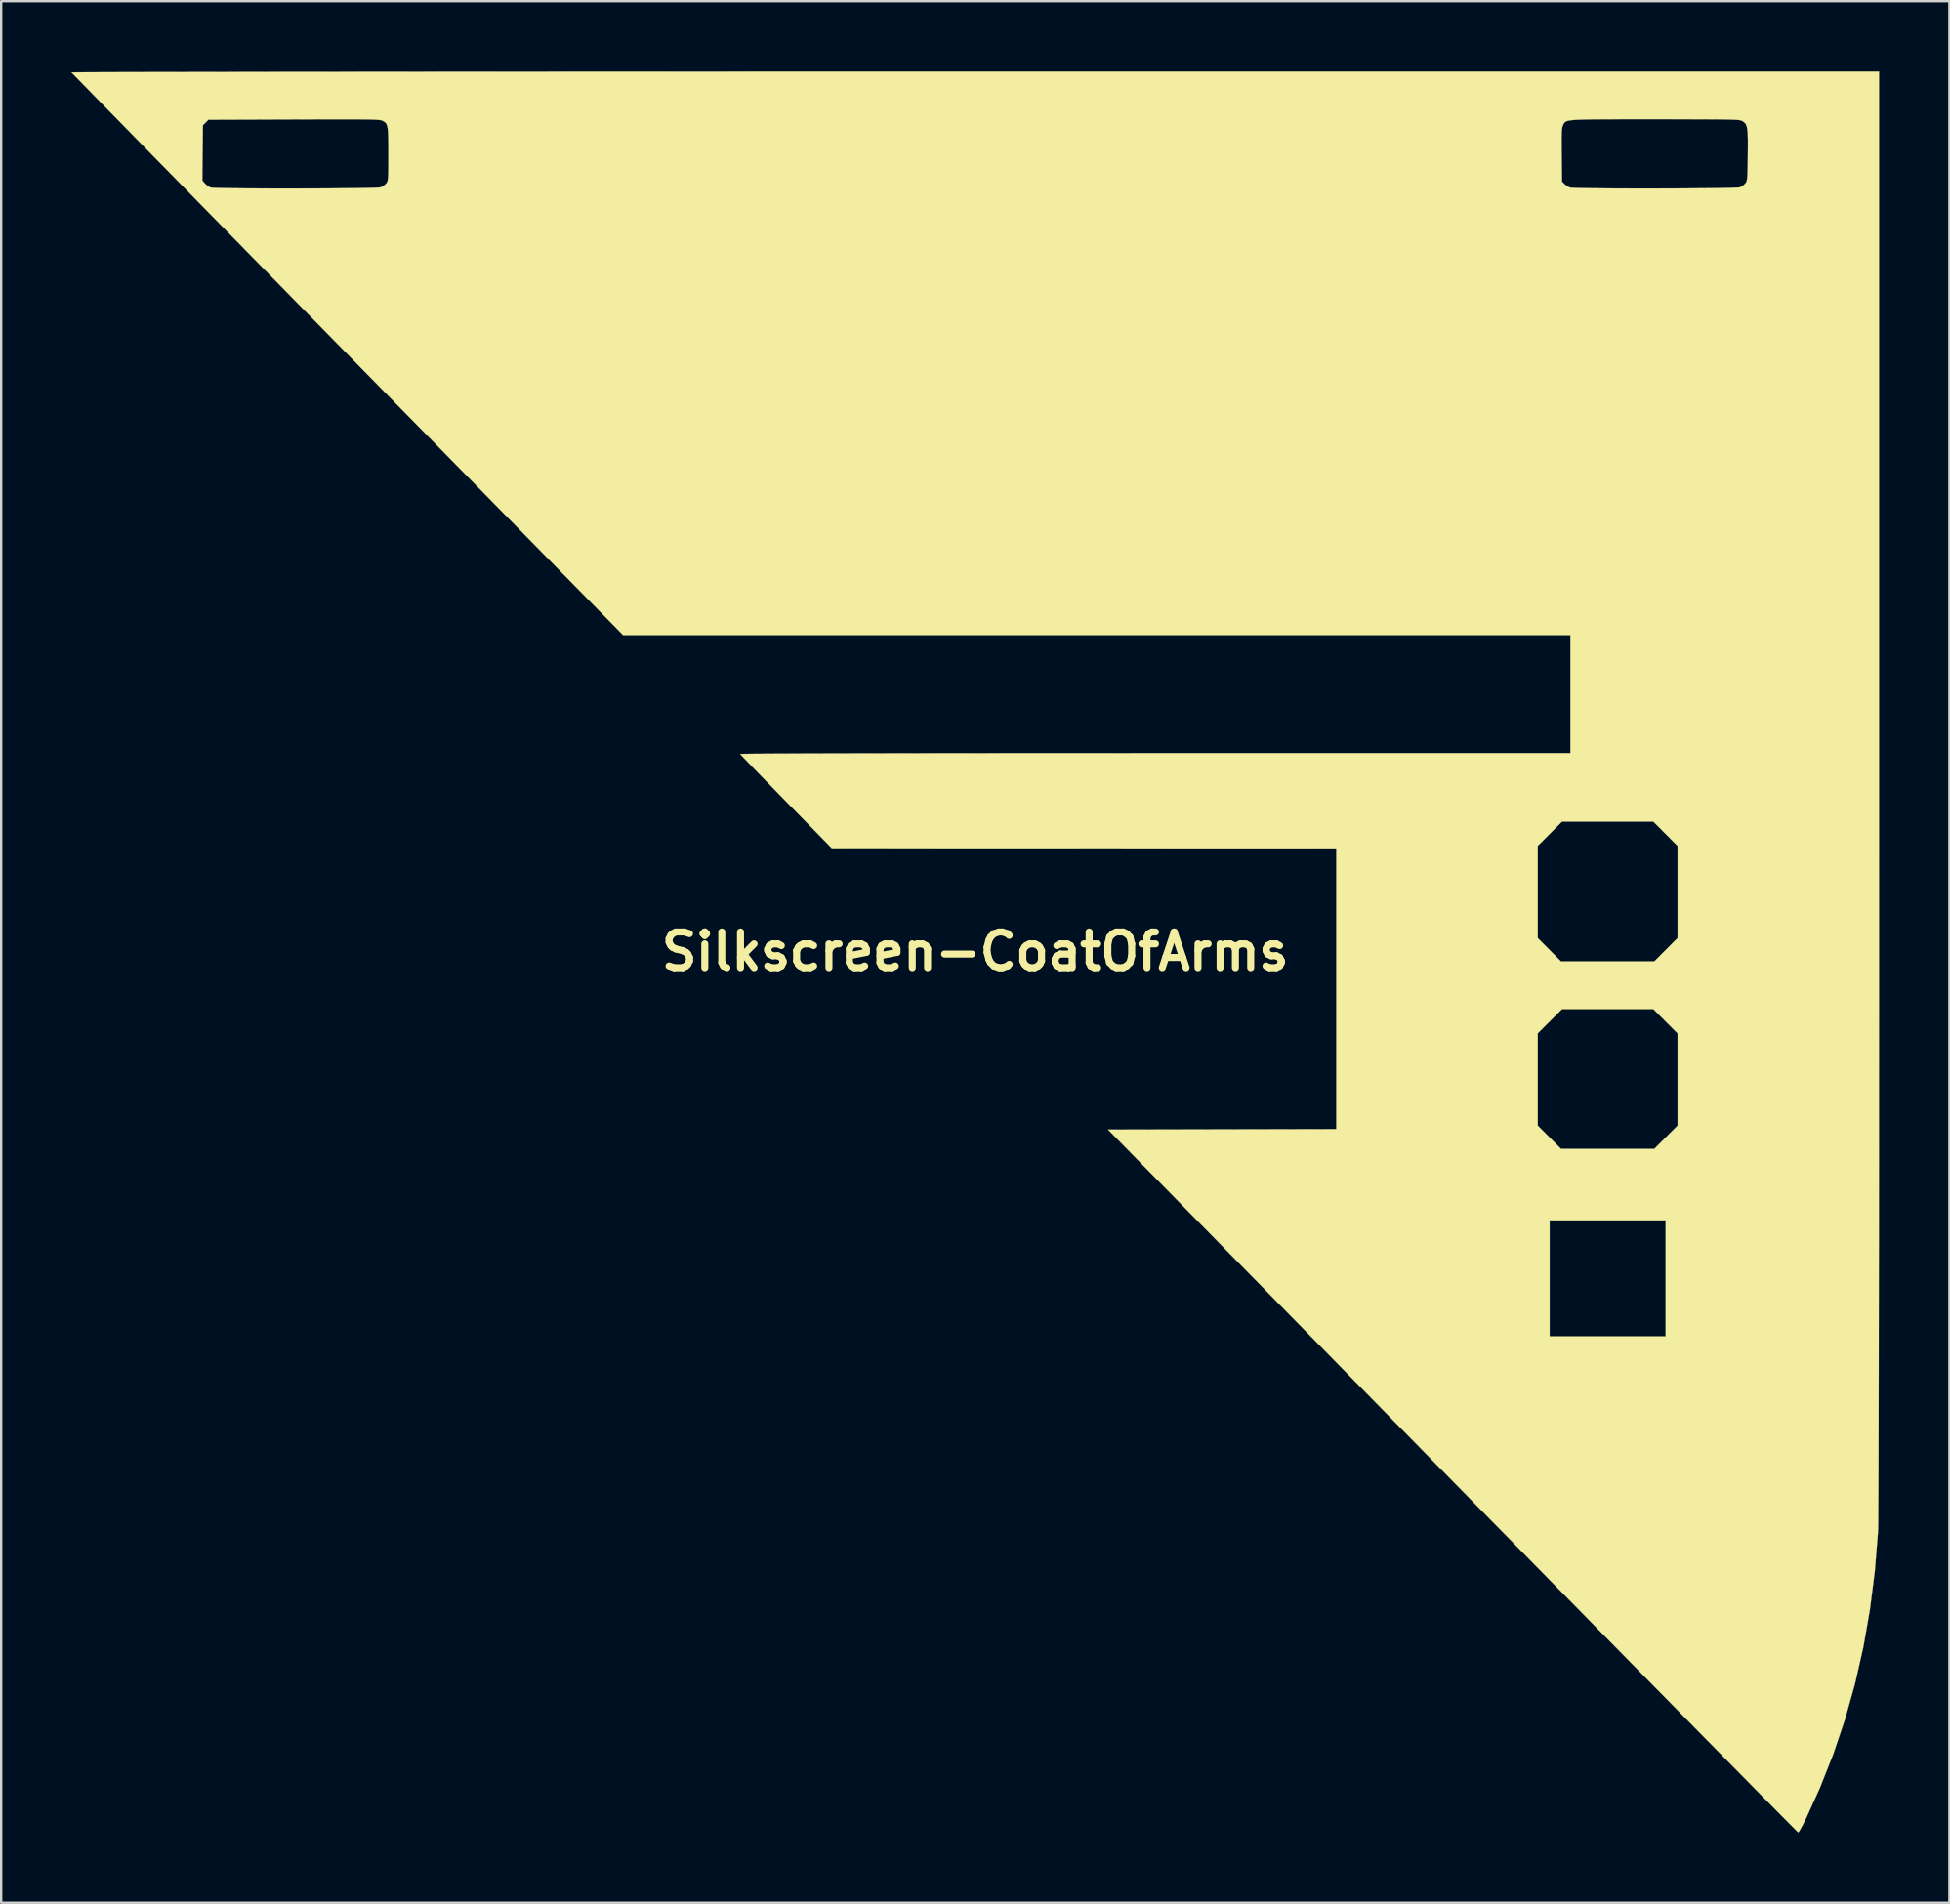
<source format=kicad_pcb>
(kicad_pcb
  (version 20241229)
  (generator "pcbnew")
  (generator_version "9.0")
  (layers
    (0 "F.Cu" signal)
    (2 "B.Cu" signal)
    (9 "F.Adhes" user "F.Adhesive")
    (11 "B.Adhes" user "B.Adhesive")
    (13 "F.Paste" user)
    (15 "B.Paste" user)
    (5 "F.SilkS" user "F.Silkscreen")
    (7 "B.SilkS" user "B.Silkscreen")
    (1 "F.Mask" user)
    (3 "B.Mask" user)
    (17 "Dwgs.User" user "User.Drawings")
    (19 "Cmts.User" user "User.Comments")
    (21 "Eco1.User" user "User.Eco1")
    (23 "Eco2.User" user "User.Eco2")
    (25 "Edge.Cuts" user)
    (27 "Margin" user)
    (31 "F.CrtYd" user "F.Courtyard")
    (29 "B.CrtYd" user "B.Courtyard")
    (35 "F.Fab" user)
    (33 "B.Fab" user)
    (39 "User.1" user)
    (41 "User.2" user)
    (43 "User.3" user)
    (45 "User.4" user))
  (footprint "Silkscreen-CoatOfArms"
    (layer "F.Cu")
    (at 38.564 37.555)
    (property "Reference" "Silkscreen-CoatOfArms" (at 0 0 0) (layer "F.SilkS") (effects (font (size 1.524 1.524) (thickness 0.3))))
    (attr through_hole)
    (fp_poly (pts (xy 38.566 -6.751) (xy 38.566 -4.487) (xy 38.565 -2.307) (xy 38.565 -0.213) (xy 38.565 1.797) (xy 38.564 3.723) (xy 38.563 5.564) (xy 38.563 7.321) (xy 38.562 8.993) (xy 38.561 10.581) (xy 38.56 12.085) (xy 38.558 13.504) (xy 38.557 14.839) (xy 38.555 16.09) (xy 38.554 17.257) (xy 38.552 18.34) (xy 38.55 19.339) (xy 38.548 20.253) (xy 38.546 21.084) (xy 38.544 21.831) (xy 38.541 22.494) (xy 38.539 23.073) (xy 38.536 23.568) (xy 38.534 23.979) (xy 38.531 24.307) (xy 38.528 24.551) (xy 38.525 24.711) (xy 38.522 24.777) (xy 38.385 26.456) (xy 38.177 28.09) (xy 37.897 29.683) (xy 37.544 31.237) (xy 37.118 32.755) (xy 36.618 34.239) (xy 36.043 35.691) (xy 35.485 36.925) (xy 35.379 37.142) (xy 35.282 37.329) (xy 35.202 37.474) (xy 35.145 37.565) (xy 35.12 37.59) (xy 35.087 37.56) (xy 34.997 37.472) (xy 34.852 37.326) (xy 34.653 37.126) (xy 34.401 36.872) (xy 34.1 36.567) (xy 33.749 36.212) (xy 33.352 35.81) (xy 32.91 35.361) (xy 32.425 34.869) (xy 31.899 34.334) (xy 31.333 33.759) (xy 30.729 33.145) (xy 30.089 32.494) (xy 29.415 31.808) (xy 28.708 31.089) (xy 27.971 30.339) (xy 27.205 29.559) (xy 26.412 28.751) (xy 25.594 27.917) (xy 24.752 27.06) (xy 23.888 26.18) (xy 23.005 25.279) (xy 22.103 24.36) (xy 21.185 23.424) (xy 20.371 22.594) (xy 9.467 11.472) (xy 24.511 11.472) (xy 24.511 16.425) (xy 29.464 16.425) (xy 29.464 11.472) (xy 24.511 11.472) (xy 9.467 11.472) (xy 5.669 7.599) (xy 10.539 7.588) (xy 15.409 7.577) (xy 15.409 3.491) (xy 24.003 3.491) (xy 24.003 7.428) (xy 24.5 7.926) (xy 24.997 8.424) (xy 28.978 8.424) (xy 29.475 7.926) (xy 29.972 7.428) (xy 29.972 3.494) (xy 29.454 2.975) (xy 28.936 2.455) (xy 25.041 2.455) (xy 24.522 2.973) (xy 24.003 3.491) (xy 15.409 3.491) (xy 15.409 -4.403) (xy -6.117 -4.409) (xy -6.216 -4.51) (xy 24.003 -4.51) (xy 24.003 -0.573) (xy 24.5 -0.075) (xy 24.997 0.423) (xy 28.978 0.423) (xy 29.475 -0.075) (xy 29.972 -0.573) (xy 29.972 -4.507) (xy 29.454 -5.026) (xy 28.936 -5.546) (xy 25.041 -5.546) (xy 24.522 -5.028) (xy 24.003 -4.51) (xy -6.216 -4.51) (xy -8.065 -6.399) (xy -8.399 -6.741) (xy -8.715 -7.066) (xy -9.009 -7.368) (xy -9.276 -7.642) (xy -9.509 -7.884) (xy -9.706 -8.088) (xy -9.859 -8.248) (xy -9.966 -8.361) (xy -10.02 -8.42) (xy -10.026 -8.428) (xy -9.985 -8.431) (xy -9.861 -8.434) (xy -9.657 -8.437) (xy -9.373 -8.44) (xy -9.013 -8.442) (xy -8.577 -8.445) (xy -8.068 -8.447) (xy -7.487 -8.45) (xy -6.837 -8.452) (xy -6.119 -8.454) (xy -5.336 -8.456) (xy -4.489 -8.457) (xy -3.579 -8.459) (xy -2.61 -8.461) (xy -1.583 -8.462) (xy -0.499 -8.463) (xy 0.639 -8.464) (xy 1.83 -8.465) (xy 3.071 -8.466) (xy 4.361 -8.466) (xy 5.697 -8.466) (xy 7.079 -8.467) (xy 7.68 -8.467) (xy 25.4 -8.467) (xy 25.4 -13.504) (xy -15.025 -13.504) (xy -26.785 -25.492) (xy -27.617 -26.34) (xy -28.433 -27.173) (xy -29.233 -27.988) (xy -30.013 -28.784) (xy -30.773 -29.559) (xy -31.509 -30.31) (xy -32.22 -31.035) (xy -32.904 -31.733) (xy -33.559 -32.402) (xy -34.051 -32.904) (xy -32.981 -32.904) (xy -32.87 -32.772) (xy -32.763 -32.675) (xy -32.643 -32.607) (xy -32.625 -32.601) (xy -32.555 -32.593) (xy -32.408 -32.586) (xy -32.193 -32.579) (xy -31.917 -32.574) (xy -31.587 -32.569) (xy -31.212 -32.565) (xy -30.8 -32.563) (xy -30.357 -32.56) (xy -29.892 -32.559) (xy -29.413 -32.559) (xy -28.927 -32.559) (xy -28.442 -32.56) (xy -27.966 -32.562) (xy -27.507 -32.564) (xy -27.072 -32.568) (xy -26.669 -32.572) (xy -26.306 -32.577) (xy -25.99 -32.582) (xy -25.73 -32.588) (xy -25.533 -32.595) (xy -25.406 -32.603) (xy -25.362 -32.61) (xy -25.234 -32.68) (xy -25.13 -32.779) (xy -25.129 -32.78) (xy -25.102 -32.819) (xy -25.082 -32.864) (xy -25.066 -32.925) (xy -25.055 -33.013) (xy -25.048 -33.138) (xy -25.043 -33.31) (xy -25.041 -33.54) (xy -25.04 -33.839) (xy -25.04 -34.033) (xy -25.041 -34.398) (xy -25.041 -34.468) (xy 25.024 -34.468) (xy 25.026 -34.149) (xy 25.028 -33.995) (xy 25.04 -32.857) (xy 25.144 -32.747) (xy 25.254 -32.659) (xy 25.376 -32.6) (xy 25.377 -32.6) (xy 25.446 -32.592) (xy 25.592 -32.585) (xy 25.807 -32.578) (xy 26.082 -32.573) (xy 26.411 -32.569) (xy 26.786 -32.565) (xy 27.198 -32.562) (xy 27.64 -32.56) (xy 28.104 -32.559) (xy 28.583 -32.559) (xy 29.069 -32.559) (xy 29.553 -32.56) (xy 30.029 -32.562) (xy 30.489 -32.565) (xy 30.924 -32.568) (xy 31.327 -32.572) (xy 31.69 -32.577) (xy 32.005 -32.583) (xy 32.266 -32.589) (xy 32.463 -32.596) (xy 32.59 -32.603) (xy 32.635 -32.61) (xy 32.762 -32.68) (xy 32.867 -32.779) (xy 32.868 -32.78) (xy 32.895 -32.82) (xy 32.916 -32.868) (xy 32.932 -32.932) (xy 32.944 -33.025) (xy 32.953 -33.157) (xy 32.959 -33.338) (xy 32.964 -33.579) (xy 32.968 -33.891) (xy 32.969 -33.997) (xy 32.972 -34.365) (xy 32.972 -34.658) (xy 32.965 -34.886) (xy 32.952 -35.06) (xy 32.93 -35.188) (xy 32.897 -35.282) (xy 32.852 -35.35) (xy 32.793 -35.403) (xy 32.727 -35.445) (xy 32.701 -35.458) (xy 32.664 -35.469) (xy 32.611 -35.479) (xy 32.537 -35.487) (xy 32.436 -35.495) (xy 32.302 -35.5) (xy 32.132 -35.505) (xy 31.918 -35.509) (xy 31.655 -35.512) (xy 31.339 -35.514) (xy 30.963 -35.516) (xy 30.523 -35.517) (xy 30.012 -35.517) (xy 29.425 -35.518) (xy 29 -35.518) (xy 28.348 -35.518) (xy 27.775 -35.518) (xy 27.276 -35.517) (xy 26.846 -35.516) (xy 26.48 -35.513) (xy 26.171 -35.51) (xy 25.915 -35.504) (xy 25.706 -35.496) (xy 25.54 -35.485) (xy 25.41 -35.472) (xy 25.312 -35.455) (xy 25.24 -35.435) (xy 25.189 -35.411) (xy 25.153 -35.382) (xy 25.127 -35.349) (xy 25.106 -35.311) (xy 25.085 -35.268) (xy 25.081 -35.261) (xy 25.061 -35.211) (xy 25.046 -35.142) (xy 25.035 -35.043) (xy 25.028 -34.904) (xy 25.024 -34.716) (xy 25.024 -34.468) (xy -25.041 -34.468) (xy -25.044 -34.688) (xy -25.051 -34.913) (xy -25.063 -35.083) (xy -25.084 -35.207) (xy -25.113 -35.295) (xy -25.153 -35.358) (xy -25.206 -35.404) (xy -25.274 -35.444) (xy -25.289 -35.452) (xy -25.318 -35.465) (xy -25.358 -35.475) (xy -25.416 -35.484) (xy -25.496 -35.492) (xy -25.605 -35.499) (xy -25.746 -35.504) (xy -25.926 -35.508) (xy -26.15 -35.511) (xy -26.424 -35.513) (xy -26.753 -35.514) (xy -27.142 -35.514) (xy -27.596 -35.513) (xy -28.122 -35.512) (xy -28.724 -35.51) (xy -29.071 -35.509) (xy -32.722 -35.496) (xy -32.839 -35.379) (xy -32.956 -35.262) (xy -32.969 -34.083) (xy -32.981 -32.904) (xy -34.051 -32.904) (xy -34.183 -33.039) (xy -34.774 -33.642) (xy -35.33 -34.209) (xy -35.849 -34.739) (xy -36.328 -35.229) (xy -36.767 -35.678) (xy -37.163 -36.082) (xy -37.513 -36.44) (xy -37.816 -36.751) (xy -38.071 -37.012) (xy -38.274 -37.22) (xy -38.424 -37.375) (xy -38.52 -37.473) (xy -38.558 -37.514) (xy -38.559 -37.515) (xy -38.517 -37.516) (xy -38.393 -37.518) (xy -38.188 -37.52) (xy -37.904 -37.521) (xy -37.543 -37.523) (xy -37.106 -37.524) (xy -36.596 -37.526) (xy -36.015 -37.527) (xy -35.364 -37.529) (xy -34.645 -37.53) (xy -33.86 -37.531) (xy -33.011 -37.533) (xy -32.1 -37.534) (xy -31.129 -37.535) (xy -30.099 -37.537) (xy -29.013 -37.538) (xy -27.872 -37.539) (xy -26.679 -37.54) (xy -25.434 -37.541) (xy -24.141 -37.542) (xy -22.8 -37.543) (xy -21.415 -37.544) (xy -19.985 -37.545) (xy -18.515 -37.545) (xy -17.004 -37.546) (xy -15.456 -37.547) (xy -13.872 -37.547) (xy -12.254 -37.548) (xy -10.604 -37.548) (xy -8.924 -37.549) (xy -7.215 -37.549) (xy -5.48 -37.549) (xy -3.72 -37.55) (xy -1.938 -37.55) (xy -0.135 -37.55) (xy 38.566 -37.55) (xy 38.566 -6.751)) (stroke (width 0.01) (type solid)) (fill yes) (layer "F.SilkS")))
  (gr_rect
    (start -3 -3)
    (end 80.134 78.15)
    (stroke (width 0.1) (type default))
    (fill no)
    (layer "Edge.Cuts")))
</source>
